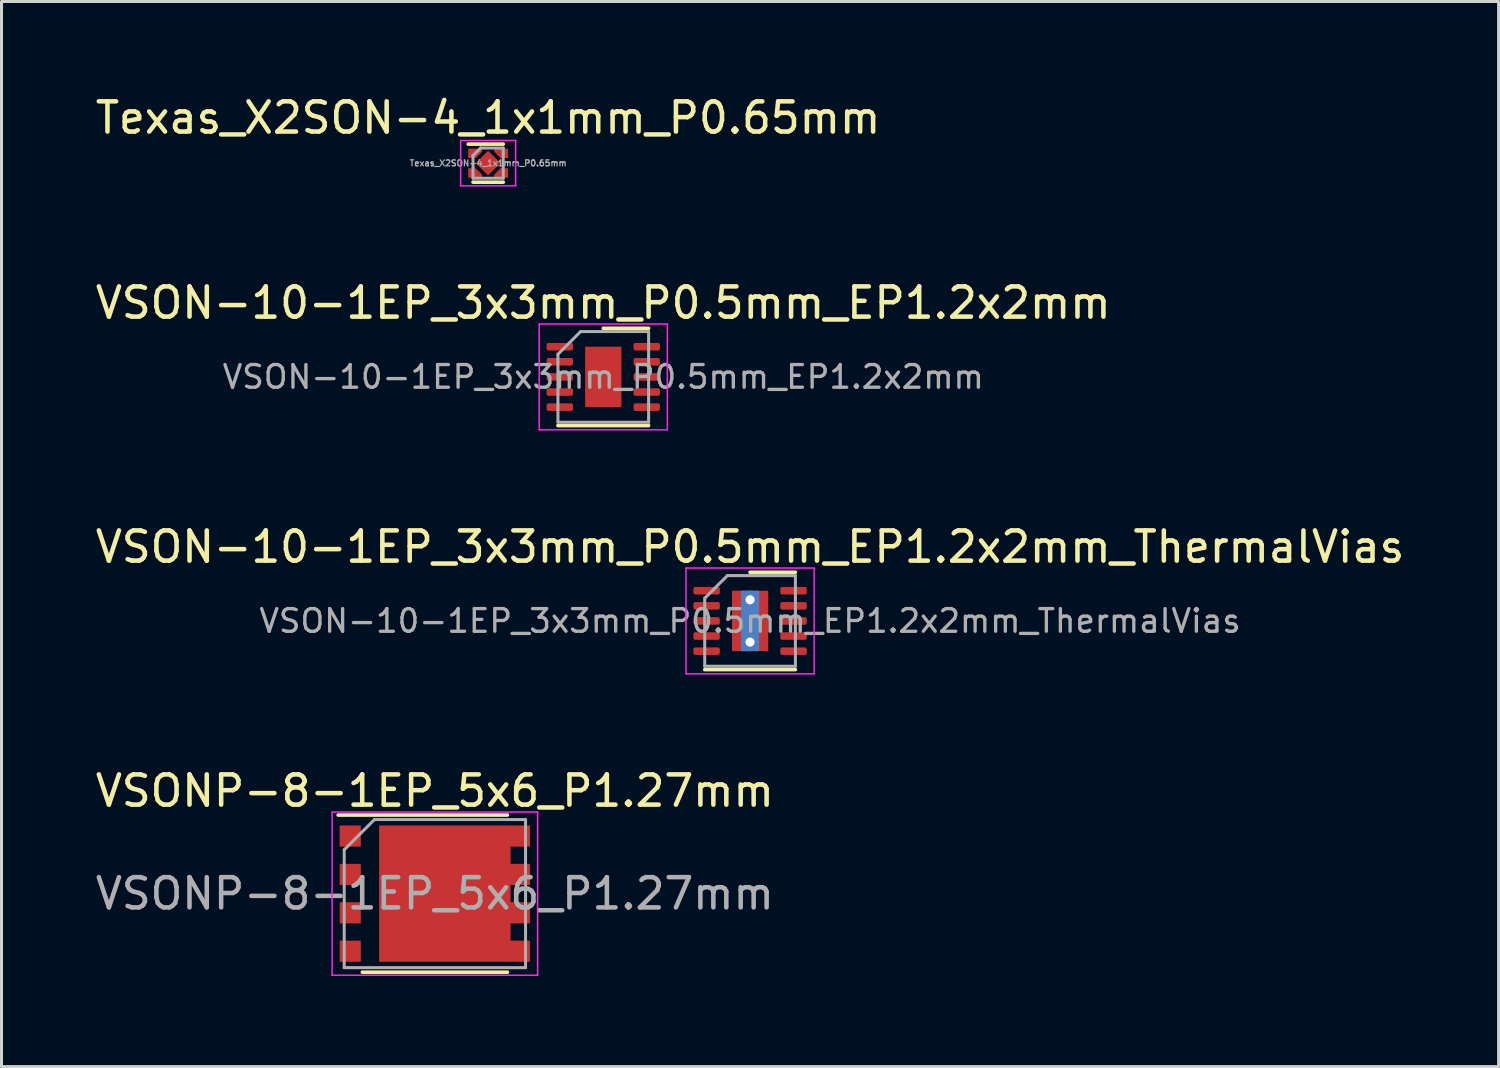
<source format=kicad_pcb>
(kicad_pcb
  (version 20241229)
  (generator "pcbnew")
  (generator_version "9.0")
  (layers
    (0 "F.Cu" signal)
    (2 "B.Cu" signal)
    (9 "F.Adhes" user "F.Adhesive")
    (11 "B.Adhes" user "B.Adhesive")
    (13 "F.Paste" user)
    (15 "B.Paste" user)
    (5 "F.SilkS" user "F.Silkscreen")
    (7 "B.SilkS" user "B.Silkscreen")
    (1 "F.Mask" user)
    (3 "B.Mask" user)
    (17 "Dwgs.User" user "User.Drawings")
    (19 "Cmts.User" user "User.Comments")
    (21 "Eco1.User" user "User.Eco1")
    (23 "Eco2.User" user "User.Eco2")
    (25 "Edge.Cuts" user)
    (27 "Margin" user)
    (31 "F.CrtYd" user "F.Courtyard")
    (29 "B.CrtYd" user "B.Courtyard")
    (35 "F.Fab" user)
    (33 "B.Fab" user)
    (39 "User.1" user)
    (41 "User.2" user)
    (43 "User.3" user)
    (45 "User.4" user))
  (footprint "VSON-10-1EP_3x3mm_P0.5mm_EP1.2x2mm"
    (layer "F.Cu")
    (at 16.911 9.421)
    (property "Reference" "VSON-10-1EP_3x3mm_P0.5mm_EP1.2x2mm" (at 0 -2.45 0) (layer "F.SilkS") (effects (font (size 1 1) (thickness 0.15))))
    (attr smd)
    (fp_line (start -1.5 1.61) (end 1.5 1.61) (stroke (width 0.12) (type solid)) (layer "F.SilkS"))
    (fp_line (start 0 -1.61) (end 1.5 -1.61) (stroke (width 0.12) (type solid)) (layer "F.SilkS"))
    (fp_line (start -2.12 -1.75) (end -2.12 1.75) (stroke (width 0.05) (type solid)) (layer "F.CrtYd"))
    (fp_line (start -2.12 1.75) (end 2.12 1.75) (stroke (width 0.05) (type solid)) (layer "F.CrtYd"))
    (fp_line (start 2.12 -1.75) (end -2.12 -1.75) (stroke (width 0.05) (type solid)) (layer "F.CrtYd"))
    (fp_line (start 2.12 1.75) (end 2.12 -1.75) (stroke (width 0.05) (type solid)) (layer "F.CrtYd"))
    (fp_line (start -1.5 -0.75) (end -0.75 -1.5) (stroke (width 0.1) (type solid)) (layer "F.Fab"))
    (fp_line (start -1.5 1.5) (end -1.5 -0.75) (stroke (width 0.1) (type solid)) (layer "F.Fab"))
    (fp_line (start -0.75 -1.5) (end 1.5 -1.5) (stroke (width 0.1) (type solid)) (layer "F.Fab"))
    (fp_line (start 1.5 -1.5) (end 1.5 1.5) (stroke (width 0.1) (type solid)) (layer "F.Fab"))
    (fp_line (start 1.5 1.5) (end -1.5 1.5) (stroke (width 0.1) (type solid)) (layer "F.Fab"))
    (fp_text user "${REFERENCE}" (at 0 0 0) (layer "F.Fab") (effects (font (size 0.75 0.75) (thickness 0.11))))
    (pad "" smd roundrect (at -0.3 -0.5) (size 0.48 0.81) (layers "F.Paste") (roundrect_rratio 0.25))
    (pad "" smd roundrect (at -0.3 0.5) (size 0.48 0.81) (layers "F.Paste") (roundrect_rratio 0.25))
    (pad "" smd roundrect (at 0.3 -0.5) (size 0.48 0.81) (layers "F.Paste") (roundrect_rratio 0.25))
    (pad "" smd roundrect (at 0.3 0.5) (size 0.48 0.81) (layers "F.Paste") (roundrect_rratio 0.25))
    (pad "1" smd roundrect (at -1.438 -1) (size 0.875 0.25) (layers "F.Cu" "F.Mask" "F.Paste") (roundrect_rratio 0.25))
    (pad "2" smd roundrect (at -1.438 -0.5) (size 0.875 0.25) (layers "F.Cu" "F.Mask" "F.Paste") (roundrect_rratio 0.25))
    (pad "3" smd roundrect (at -1.438 0) (size 0.875 0.25) (layers "F.Cu" "F.Mask" "F.Paste") (roundrect_rratio 0.25))
    (pad "4" smd roundrect (at -1.438 0.5) (size 0.875 0.25) (layers "F.Cu" "F.Mask" "F.Paste") (roundrect_rratio 0.25))
    (pad "5" smd roundrect (at -1.438 1) (size 0.875 0.25) (layers "F.Cu" "F.Mask" "F.Paste") (roundrect_rratio 0.25))
    (pad "6" smd roundrect (at 1.438 1) (size 0.875 0.25) (layers "F.Cu" "F.Mask" "F.Paste") (roundrect_rratio 0.25))
    (pad "7" smd roundrect (at 1.438 0.5) (size 0.875 0.25) (layers "F.Cu" "F.Mask" "F.Paste") (roundrect_rratio 0.25))
    (pad "8" smd roundrect (at 1.438 0) (size 0.875 0.25) (layers "F.Cu" "F.Mask" "F.Paste") (roundrect_rratio 0.25))
    (pad "9" smd roundrect (at 1.438 -0.5) (size 0.875 0.25) (layers "F.Cu" "F.Mask" "F.Paste") (roundrect_rratio 0.25))
    (pad "10" smd roundrect (at 1.438 -1) (size 0.875 0.25) (layers "F.Cu" "F.Mask" "F.Paste") (roundrect_rratio 0.25))
    (pad "11" smd rect (at 0 0) (size 1.2 2) (layers "F.Cu" "F.Mask")))
  (footprint "VSONP-8-1EP_5x6_P1.27mm"
    (layer "F.Cu")
    (at 11.339 26.518)
    (property "Reference" "VSONP-8-1EP_5x6_P1.27mm" (at 0 -3.4 0) (layer "F.SilkS") (effects (font (size 1 1) (thickness 0.15))))
    (attr smd)
    (fp_line (start 2.4 -2.6) (end -3.2 -2.6) (stroke (width 0.12) (type solid)) (layer "F.SilkS"))
    (fp_line (start 2.4 2.6) (end -2.4 2.6) (stroke (width 0.12) (type solid)) (layer "F.SilkS"))
    (fp_line (start -3.4 -2.7) (end 3.4 -2.7) (stroke (width 0.05) (type solid)) (layer "F.CrtYd"))
    (fp_line (start -3.4 2.7) (end -3.4 -2.7) (stroke (width 0.05) (type solid)) (layer "F.CrtYd"))
    (fp_line (start 3.4 -2.7) (end 3.4 2.7) (stroke (width 0.05) (type solid)) (layer "F.CrtYd"))
    (fp_line (start 3.4 2.7) (end -3.4 2.7) (stroke (width 0.05) (type solid)) (layer "F.CrtYd"))
    (fp_line (start -3 -1.45) (end -3 2.45) (stroke (width 0.1) (type solid)) (layer "F.Fab"))
    (fp_line (start -2 -2.45) (end -3 -1.45) (stroke (width 0.1) (type solid)) (layer "F.Fab"))
    (fp_line (start -2 -2.45) (end 3 -2.45) (stroke (width 0.1) (type solid)) (layer "F.Fab"))
    (fp_line (start 3 -2.45) (end 3 2.45) (stroke (width 0.1) (type solid)) (layer "F.Fab"))
    (fp_line (start 3 2.45) (end -3 2.45) (stroke (width 0.1) (type solid)) (layer "F.Fab"))
    (fp_text user "${REFERENCE}" (at 0 0 0) (layer "F.Fab") (effects (font (size 1 1) (thickness 0.15))))
    (pad "" smd rect (at -0.797 -1.095) (size 1.235 1.57) (layers "F.Paste"))
    (pad "" smd rect (at -0.797 1.095) (size 1.235 1.57) (layers "F.Paste"))
    (pad "" smd rect (at 1.113 -1.095) (size 1.585 1.57) (layers "F.Paste"))
    (pad "" smd rect (at 1.113 1.095) (size 1.585 1.57) (layers "F.Paste"))
    (pad "1" smd rect (at -2.8 -1.905) (size 0.7 0.7) (layers "F.Cu" "F.Mask" "F.Paste"))
    (pad "1" smd rect (at -2.8 -0.635) (size 0.7 0.7) (layers "F.Cu" "F.Mask" "F.Paste"))
    (pad "1" smd rect (at -2.8 0.635) (size 0.7 0.7) (layers "F.Cu" "F.Mask" "F.Paste"))
    (pad "2" smd rect (at -2.8 1.905) (size 0.7 0.7) (layers "F.Cu" "F.Mask" "F.Paste"))
    (pad "3" smd rect (at 0.33 0) (size 4.35 4.51) (layers "F.Cu" "F.Mask"))
    (pad "3" smd rect (at 2.8 -1.905) (size 0.7 0.7) (layers "F.Cu" "F.Mask" "F.Paste"))
    (pad "3" smd rect (at 2.8 -0.635) (size 0.7 0.7) (layers "F.Cu" "F.Mask" "F.Paste"))
    (pad "3" smd rect (at 2.8 0.635) (size 0.7 0.7) (layers "F.Cu" "F.Mask" "F.Paste"))
    (pad "3" smd rect (at 2.8 1.905) (size 0.7 0.7) (layers "F.Cu" "F.Mask" "F.Paste")))
  (footprint "VSON-10-1EP_3x3mm_P0.5mm_EP1.2x2mm_ThermalVias"
    (layer "F.Cu")
    (at 21.768 17.495)
    (property "Reference" "VSON-10-1EP_3x3mm_P0.5mm_EP1.2x2mm_ThermalVias" (at 0 -2.45 0) (layer "F.SilkS") (effects (font (size 1 1) (thickness 0.15))))
    (attr smd)
    (fp_line (start -1.5 1.61) (end 1.5 1.61) (stroke (width 0.12) (type solid)) (layer "F.SilkS"))
    (fp_line (start 0 -1.61) (end 1.5 -1.61) (stroke (width 0.12) (type solid)) (layer "F.SilkS"))
    (fp_line (start -2.12 -1.75) (end -2.12 1.75) (stroke (width 0.05) (type solid)) (layer "F.CrtYd"))
    (fp_line (start -2.12 1.75) (end 2.12 1.75) (stroke (width 0.05) (type solid)) (layer "F.CrtYd"))
    (fp_line (start 2.12 -1.75) (end -2.12 -1.75) (stroke (width 0.05) (type solid)) (layer "F.CrtYd"))
    (fp_line (start 2.12 1.75) (end 2.12 -1.75) (stroke (width 0.05) (type solid)) (layer "F.CrtYd"))
    (fp_line (start -1.5 -0.75) (end -0.75 -1.5) (stroke (width 0.1) (type solid)) (layer "F.Fab"))
    (fp_line (start -1.5 1.5) (end -1.5 -0.75) (stroke (width 0.1) (type solid)) (layer "F.Fab"))
    (fp_line (start -0.75 -1.5) (end 1.5 -1.5) (stroke (width 0.1) (type solid)) (layer "F.Fab"))
    (fp_line (start 1.5 -1.5) (end 1.5 1.5) (stroke (width 0.1) (type solid)) (layer "F.Fab"))
    (fp_line (start 1.5 1.5) (end -1.5 1.5) (stroke (width 0.1) (type solid)) (layer "F.Fab"))
    (fp_text user "${REFERENCE}" (at 0 0 0) (layer "F.Fab") (effects (font (size 0.75 0.75) (thickness 0.11))))
    (pad "" smd roundrect (at -0.3 -0.5) (size 0.52 0.87) (layers "F.Paste") (roundrect_rratio 0.25))
    (pad "" smd roundrect (at -0.3 0.5) (size 0.52 0.87) (layers "F.Paste") (roundrect_rratio 0.25))
    (pad "" smd roundrect (at 0.3 -0.5) (size 0.52 0.87) (layers "F.Paste") (roundrect_rratio 0.25))
    (pad "" smd roundrect (at 0.3 0.5) (size 0.52 0.87) (layers "F.Paste") (roundrect_rratio 0.25))
    (pad "1" smd roundrect (at -1.438 -1) (size 0.875 0.25) (layers "F.Cu" "F.Mask" "F.Paste") (roundrect_rratio 0.25))
    (pad "2" smd roundrect (at -1.438 -0.5) (size 0.875 0.25) (layers "F.Cu" "F.Mask" "F.Paste") (roundrect_rratio 0.25))
    (pad "3" smd roundrect (at -1.438 0) (size 0.875 0.25) (layers "F.Cu" "F.Mask" "F.Paste") (roundrect_rratio 0.25))
    (pad "4" smd roundrect (at -1.438 0.5) (size 0.875 0.25) (layers "F.Cu" "F.Mask" "F.Paste") (roundrect_rratio 0.25))
    (pad "5" smd roundrect (at -1.438 1) (size 0.875 0.25) (layers "F.Cu" "F.Mask" "F.Paste") (roundrect_rratio 0.25))
    (pad "6" smd roundrect (at 1.438 1) (size 0.875 0.25) (layers "F.Cu" "F.Mask" "F.Paste") (roundrect_rratio 0.25))
    (pad "7" smd roundrect (at 1.438 0.5) (size 0.875 0.25) (layers "F.Cu" "F.Mask" "F.Paste") (roundrect_rratio 0.25))
    (pad "8" smd roundrect (at 1.438 0) (size 0.875 0.25) (layers "F.Cu" "F.Mask" "F.Paste") (roundrect_rratio 0.25))
    (pad "9" smd roundrect (at 1.438 -0.5) (size 0.875 0.25) (layers "F.Cu" "F.Mask" "F.Paste") (roundrect_rratio 0.25))
    (pad "10" smd roundrect (at 1.438 -1) (size 0.875 0.25) (layers "F.Cu" "F.Mask" "F.Paste") (roundrect_rratio 0.25))
    (pad "11" thru_hole circle (at 0 -0.7) (size 0.6 0.6) (drill 0.3) (layers "*.Cu"))
    (pad "11" smd rect (at 0 0) (size 0.6 2) (layers "B.Cu"))
    (pad "11" smd rect (at 0 0) (size 1.2 2) (layers "F.Cu" "F.Mask"))
    (pad "11" thru_hole circle (at 0 0.7) (size 0.6 0.6) (drill 0.3) (layers "*.Cu")))
  (footprint "Texas_X2SON-4_1x1mm_P0.65mm"
    (layer "F.Cu")
    (at 13.101 2.348)
    (property "Reference" "Texas_X2SON-4_1x1mm_P0.65mm" (at 0 -1.5 0) (layer "F.SilkS") (effects (font (size 1 1) (thickness 0.15))))
    (attr smd)
    (fp_line (start -0.66 -0.63) (end 0.5 -0.63) (stroke (width 0.12) (type solid)) (layer "F.SilkS"))
    (fp_line (start -0.5 0.63) (end 0.5 0.63) (stroke (width 0.12) (type solid)) (layer "F.SilkS"))
    (fp_line (start -0.91 -0.75) (end 0.91 -0.75) (stroke (width 0.05) (type solid)) (layer "F.CrtYd"))
    (fp_line (start -0.91 0.75) (end -0.91 -0.75) (stroke (width 0.05) (type solid)) (layer "F.CrtYd"))
    (fp_line (start 0.91 -0.75) (end 0.91 0.75) (stroke (width 0.05) (type solid)) (layer "F.CrtYd"))
    (fp_line (start 0.91 0.75) (end -0.91 0.75) (stroke (width 0.05) (type solid)) (layer "F.CrtYd"))
    (fp_line (start -0.5 -0.25) (end -0.25 -0.5) (stroke (width 0.1) (type solid)) (layer "F.Fab"))
    (fp_line (start -0.5 0.5) (end -0.5 -0.25) (stroke (width 0.1) (type solid)) (layer "F.Fab"))
    (fp_line (start -0.25 -0.5) (end 0.5 -0.5) (stroke (width 0.1) (type solid)) (layer "F.Fab"))
    (fp_line (start 0.5 -0.5) (end 0.5 0.5) (stroke (width 0.1) (type solid)) (layer "F.Fab"))
    (fp_line (start 0.5 0.5) (end -0.5 0.5) (stroke (width 0.1) (type solid)) (layer "F.Fab"))
    (fp_text user "${REFERENCE}" (at 0 0 0) (layer "F.Fab") (effects (font (size 0.2 0.2) (thickness 0.04))))
    (pad "" smd custom (at -0.43 -0.325) (size 0.148 0.148) (layers "F.Mask") (options (anchor circle)) (primitives (gr_poly (pts (xy 0.18 -0.105) (xy 0.18 -0.075) (xy 0 0.105) (xy 0.18 -0.075) (xy 0 0.105) (xy -0.18 0.105) (xy -0.18 -0.105)) (width 0) (fill yes))))
    (pad "" smd custom (at -0.43 -0.325) (size 0.148 0.148) (layers "F.Paste") (options (anchor circle)) (primitives (gr_poly (pts (xy 0 0.105) (xy 0.18 -0.075) (xy 0.18 -0.105) (xy -0.22 -0.105) (xy -0.22 0.105)) (width 0) (fill yes))))
    (pad "" smd custom (at -0.43 0.325) (size 0.148 0.148) (layers "F.Mask") (options (anchor circle)) (primitives (gr_poly (pts (xy 0.18 0.105) (xy 0.18 0.075) (xy 0 -0.105) (xy 0.18 0.075) (xy 0 -0.105) (xy -0.18 -0.105) (xy -0.18 0.105)) (width 0) (fill yes))))
    (pad "" smd custom (at -0.43 0.325) (size 0.148 0.148) (layers "F.Paste") (options (anchor circle)) (primitives (gr_poly (pts (xy 0.18 0.075) (xy 0.18 0.105) (xy -0.22 0.105) (xy -0.22 -0.105) (xy 0 -0.105)) (width 0) (fill yes))))
    (pad "" smd custom (at 0.43 -0.325) (size 0.148 0.148) (layers "F.Mask") (options (anchor circle)) (primitives (gr_poly (pts (xy -0.18 -0.105) (xy -0.18 -0.075) (xy 0 0.105) (xy -0.18 -0.075) (xy 0 0.105) (xy 0.18 0.105) (xy 0.18 -0.105)) (width 0) (fill yes))))
    (pad "" smd custom (at 0.43 -0.325) (size 0.148 0.148) (layers "F.Paste") (options (anchor circle)) (primitives (gr_poly (pts (xy 0.22 -0.105) (xy 0.22 0.105) (xy 0 0.105) (xy -0.18 -0.075) (xy -0.18 -0.105)) (width 0) (fill yes))))
    (pad "" smd custom (at 0.43 0.325) (size 0.148 0.148) (layers "F.Mask") (options (anchor circle)) (primitives (gr_poly (pts (xy -0.18 0.105) (xy -0.18 0.075) (xy 0 -0.105) (xy -0.18 0.075) (xy 0 -0.105) (xy 0.18 -0.105) (xy 0.18 0.105)) (width 0) (fill yes))))
    (pad "" smd custom (at 0.43 0.325) (size 0.148 0.148) (layers "F.Paste") (options (anchor circle)) (primitives (gr_poly (pts (xy 0 -0.105) (xy -0.18 0.075) (xy -0.18 0.105) (xy 0.22 0.105) (xy 0.22 -0.105)) (width 0) (fill yes))))
    (pad "1" smd custom (at -0.43 -0.325) (size 0.148 0.148) (layers "F.Cu") (options (anchor circle)) (primitives (gr_poly (pts (xy 0.23 -0.155) (xy -0.23 -0.155) (xy -0.23 0.155) (xy 0.021 0.155) (xy 0.23 -0.054)) (width 0) (fill yes))))
    (pad "2" smd custom (at -0.43 0.325) (size 0.148 0.148) (layers "F.Cu") (options (anchor circle)) (primitives (gr_poly (pts (xy 0.23 0.054) (xy 0.23 0.155) (xy -0.23 0.155) (xy -0.23 -0.155) (xy 0.021 -0.155)) (width 0) (fill yes))))
    (pad "3" smd custom (at 0.43 0.325) (size 0.148 0.148) (layers "F.Cu") (options (anchor circle)) (primitives (gr_poly (pts (xy 0.23 0.155) (xy 0.23 -0.155) (xy -0.021 -0.155) (xy -0.23 0.054) (xy -0.23 0.155)) (width 0) (fill yes))))
    (pad "4" smd custom (at 0.43 -0.325) (size 0.148 0.148) (layers "F.Cu") (options (anchor circle)) (primitives (gr_poly (pts (xy -0.23 -0.155) (xy 0.23 -0.155) (xy 0.23 0.155) (xy -0.021 0.155) (xy -0.23 -0.054)) (width 0) (fill yes))))
    (pad "5" smd rect (at 0 0 45) (size 0.58 0.58) (layers "F.Cu" "F.Mask" "F.Paste")))
  (gr_rect
    (start -3 -3)
    (end 46.536 32.243)
    (stroke (width 0.1) (type default))
    (fill no)
    (layer "Edge.Cuts")))
</source>
